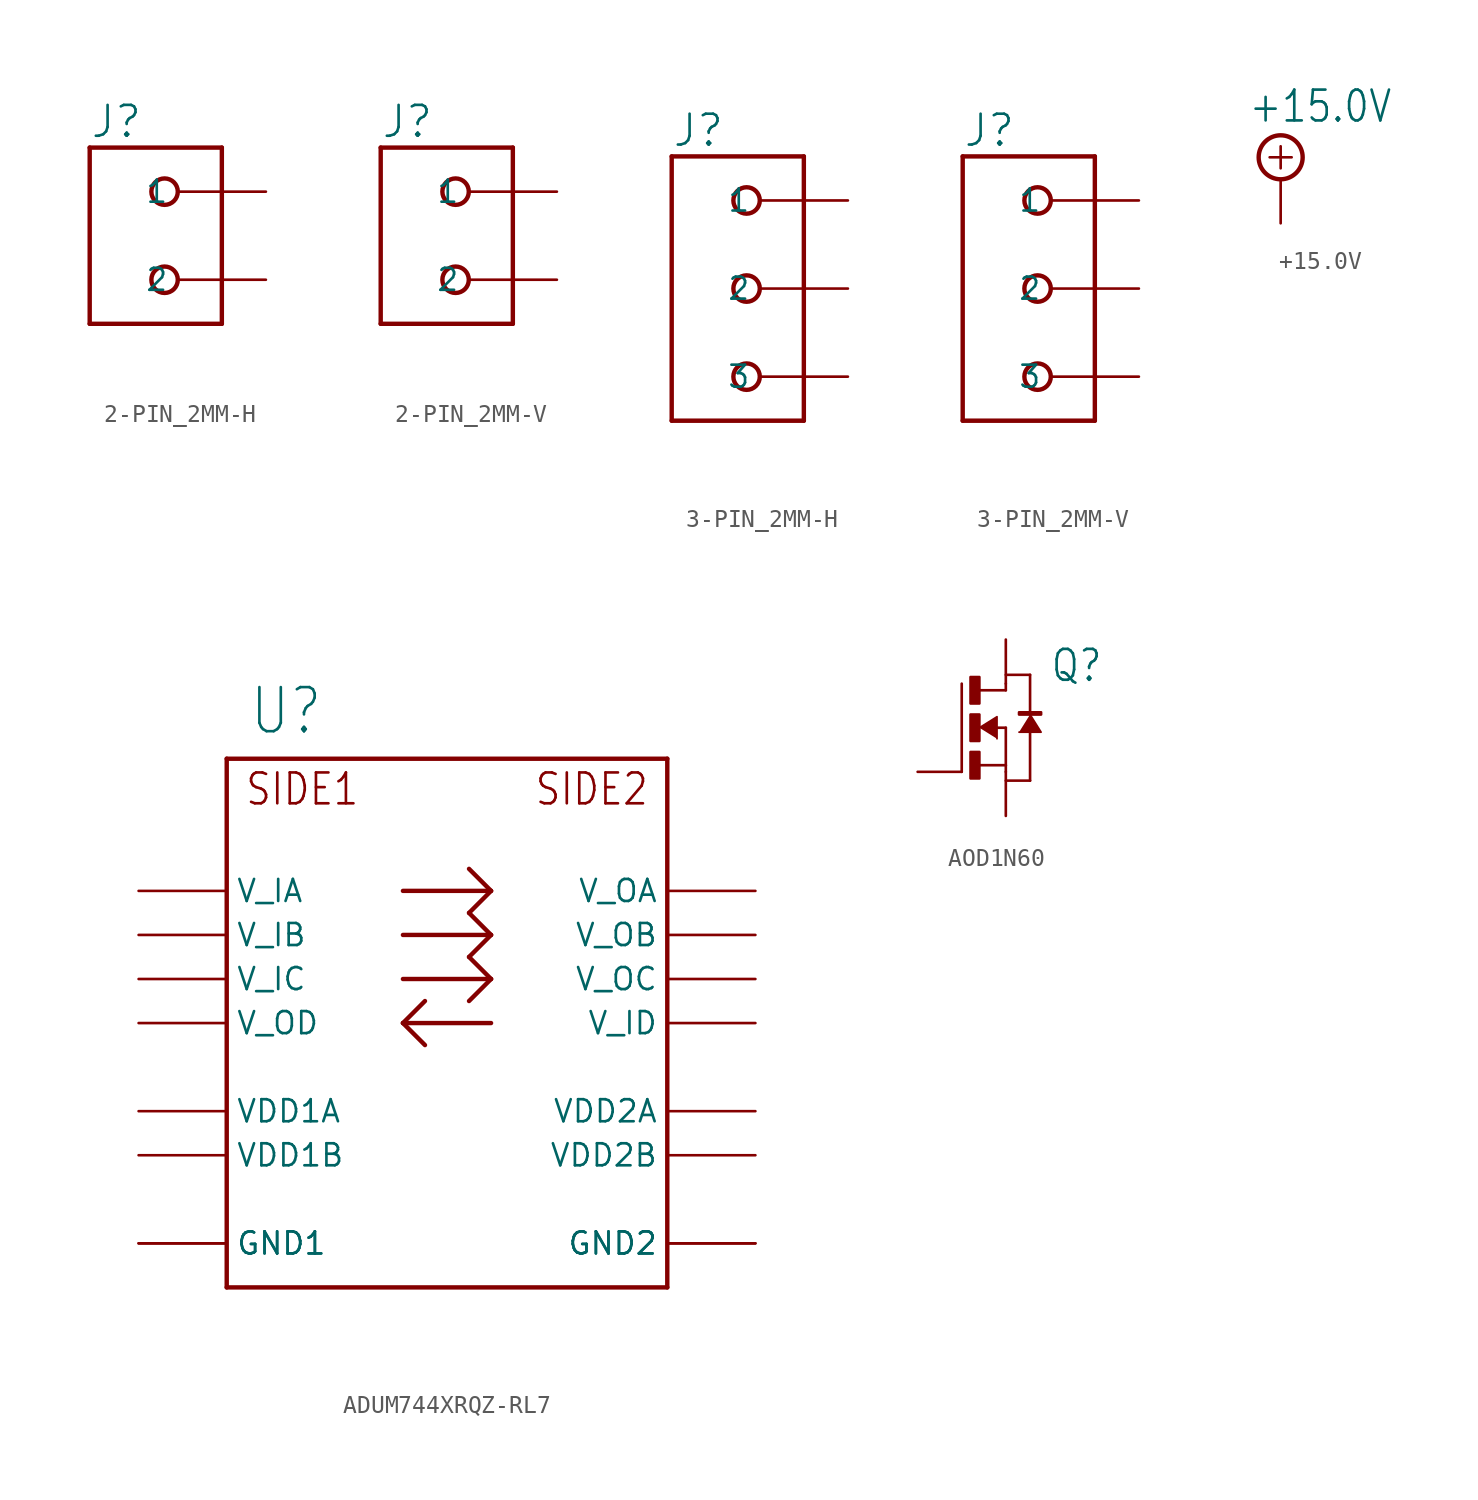
<source format=kicad_sym>
(kicad_symbol_lib
  (version 20220914)
  (generator kicad_symbol_editor)
  (symbol "2-PIN_2MM-H"
    (property "Reference" "J"
      (at -5.08 7.62 0)
      (effects (font (size 1.778 1.778)) (justify left top)))
    (property "Value" ""
      (at -5.08 -7.62 0)
      (effects (font (size 1.778 1.778)) (justify left bottom)))
    (property "ki_locked" ""
      (at 0 0 0)
      (effects (font (size 1.27 1.27))))
    (symbol "2-PIN_2MM-H_1_0"
      (circle (center -0.762 -2.54) (radius 0.762) (stroke (width 0.254) (type solid)) (fill (type none)))
      (circle (center -0.762 2.54) (radius 0.762) (stroke (width 0.254) (type solid)) (fill (type none)))
      (polyline (pts (xy -5.08 -5.08) (xy 2.54 -5.08)) (stroke (width 0.254) (type solid)) (fill (type none)))
      (polyline (pts (xy -5.08 5.08) (xy -5.08 -5.08)) (stroke (width 0.254) (type solid)) (fill (type none)))
      (polyline (pts (xy 2.54 -5.08) (xy 2.54 5.08)) (stroke (width 0.254) (type solid)) (fill (type none)))
      (polyline (pts (xy 2.54 5.08) (xy -5.08 5.08)) (stroke (width 0.254) (type solid)) (fill (type none)))
      (pin bidirectional line (at 5.08 2.54 180) (length 5.08) (name "1" (effects (font (size 1.27 1.27)))) (number "1" (effects (font (size 0 0)))))
      (pin bidirectional line (at 5.08 -2.54 180) (length 5.08) (name "2" (effects (font (size 1.27 1.27)))) (number "2" (effects (font (size 0 0)))))))
  (symbol "2-PIN_2MM-V"
    (property "Reference" "J"
      (at -5.08 7.62 0)
      (effects (font (size 1.778 1.778)) (justify left top)))
    (property "Value" ""
      (at -5.08 -7.62 0)
      (effects (font (size 1.778 1.778)) (justify left bottom)))
    (property "ki_locked" ""
      (at 0 0 0)
      (effects (font (size 1.27 1.27))))
    (symbol "2-PIN_2MM-V_1_0"
      (circle (center -0.762 -2.54) (radius 0.762) (stroke (width 0.254) (type solid)) (fill (type none)))
      (circle (center -0.762 2.54) (radius 0.762) (stroke (width 0.254) (type solid)) (fill (type none)))
      (polyline (pts (xy -5.08 -5.08) (xy 2.54 -5.08)) (stroke (width 0.254) (type solid)) (fill (type none)))
      (polyline (pts (xy -5.08 5.08) (xy -5.08 -5.08)) (stroke (width 0.254) (type solid)) (fill (type none)))
      (polyline (pts (xy 2.54 -5.08) (xy 2.54 5.08)) (stroke (width 0.254) (type solid)) (fill (type none)))
      (polyline (pts (xy 2.54 5.08) (xy -5.08 5.08)) (stroke (width 0.254) (type solid)) (fill (type none)))
      (pin bidirectional line (at 5.08 2.54 180) (length 5.08) (name "1" (effects (font (size 1.27 1.27)))) (number "1" (effects (font (size 0 0)))))
      (pin bidirectional line (at 5.08 -2.54 180) (length 5.08) (name "2" (effects (font (size 1.27 1.27)))) (number "2" (effects (font (size 0 0)))))))
  (symbol "3-PIN_2MM-H"
    (property "Reference" "J"
      (at -5.08 10.16 0)
      (effects (font (size 1.778 1.778)) (justify left top)))
    (property "Value" ""
      (at -5.08 -10.16 0)
      (effects (font (size 1.778 1.778)) (justify left bottom)))
    (property "ki_locked" ""
      (at 0 0 0)
      (effects (font (size 1.27 1.27))))
    (symbol "3-PIN_2MM-H_1_0"
      (circle (center -0.762 -5.08) (radius 0.762) (stroke (width 0.254) (type solid)) (fill (type none)))
      (circle (center -0.762 0) (radius 0.762) (stroke (width 0.254) (type solid)) (fill (type none)))
      (circle (center -0.762 5.08) (radius 0.762) (stroke (width 0.254) (type solid)) (fill (type none)))
      (polyline (pts (xy -5.08 -7.62) (xy 2.54 -7.62)) (stroke (width 0.254) (type solid)) (fill (type none)))
      (polyline (pts (xy -5.08 7.62) (xy -5.08 -7.62)) (stroke (width 0.254) (type solid)) (fill (type none)))
      (polyline (pts (xy 2.54 -7.62) (xy 2.54 7.62)) (stroke (width 0.254) (type solid)) (fill (type none)))
      (polyline (pts (xy 2.54 7.62) (xy -5.08 7.62)) (stroke (width 0.254) (type solid)) (fill (type none)))
      (pin bidirectional line (at 5.08 5.08 180) (length 5.08) (name "1" (effects (font (size 1.27 1.27)))) (number "1" (effects (font (size 0 0)))))
      (pin bidirectional line (at 5.08 0 180) (length 5.08) (name "2" (effects (font (size 1.27 1.27)))) (number "2" (effects (font (size 0 0)))))
      (pin bidirectional line (at 5.08 -5.08 180) (length 5.08) (name "3" (effects (font (size 1.27 1.27)))) (number "3" (effects (font (size 0 0)))))))
  (symbol "3-PIN_2MM-V"
    (property "Reference" "J"
      (at -5.08 10.16 0)
      (effects (font (size 1.778 1.778)) (justify left top)))
    (property "Value" ""
      (at -5.08 -10.16 0)
      (effects (font (size 1.778 1.778)) (justify left bottom)))
    (property "ki_locked" ""
      (at 0 0 0)
      (effects (font (size 1.27 1.27))))
    (symbol "3-PIN_2MM-V_1_0"
      (circle (center -0.762 -5.08) (radius 0.762) (stroke (width 0.254) (type solid)) (fill (type none)))
      (circle (center -0.762 0) (radius 0.762) (stroke (width 0.254) (type solid)) (fill (type none)))
      (circle (center -0.762 5.08) (radius 0.762) (stroke (width 0.254) (type solid)) (fill (type none)))
      (polyline (pts (xy -5.08 -7.62) (xy 2.54 -7.62)) (stroke (width 0.254) (type solid)) (fill (type none)))
      (polyline (pts (xy -5.08 7.62) (xy -5.08 -7.62)) (stroke (width 0.254) (type solid)) (fill (type none)))
      (polyline (pts (xy 2.54 -7.62) (xy 2.54 7.62)) (stroke (width 0.254) (type solid)) (fill (type none)))
      (polyline (pts (xy 2.54 7.62) (xy -5.08 7.62)) (stroke (width 0.254) (type solid)) (fill (type none)))
      (pin bidirectional line (at 5.08 5.08 180) (length 5.08) (name "1" (effects (font (size 1.27 1.27)))) (number "1" (effects (font (size 0 0)))))
      (pin bidirectional line (at 5.08 0 180) (length 5.08) (name "2" (effects (font (size 1.27 1.27)))) (number "2" (effects (font (size 0 0)))))
      (pin bidirectional line (at 5.08 -5.08 180) (length 5.08) (name "3" (effects (font (size 1.27 1.27)))) (number "3" (effects (font (size 0 0)))))))
  (symbol "+15.0V"
    (power)
    (property "Reference" "#SUPPLY"
      (at 0 0 0)
      (effects (font (size 1.27 1.27)) hide))
    (property "Value" "+15.0V"
      (at -1.905 3.175 0)
      (effects (font (size 1.778 1.511)) (justify left bottom)))
    (property "ki_locked" ""
      (at 0 0 0)
      (effects (font (size 1.27 1.27))))
    (symbol "+15.0V_1_0"
      (polyline (pts (xy -0.635 1.27) (xy 0.635 1.27)) (stroke (width 0.152) (type solid)) (fill (type none)))
      (polyline (pts (xy 0 0.635) (xy 0 1.905)) (stroke (width 0.152) (type solid)) (fill (type none)))
      (circle (center 0 1.27) (radius 1.27) (stroke (width 0.254) (type solid)) (fill (type none)))
      (pin power_in line (at 0 -2.54 90) (length 2.54) (name "+15.0V" (effects (font (size 0 0)))) (number "1" (effects (font (size 0 0)))))))
  (symbol "ADUM744XRQZ-RL7"
    (property "Reference" "U"
      (at -11.43 19.05 0)
      (effects (font (size 2.54 2.159)) (justify left bottom)))
    (property "Value" ""
      (at -11.43 -13.97 0)
      (effects (font (size 2.54 2.159)) (justify left top)))
    (property "ki_locked" ""
      (at 0 0 0)
      (effects (font (size 1.27 1.27))))
    (symbol "ADUM744XRQZ-RL7_1_0"
      (polyline (pts (xy -12.7 -12.7) (xy -12.7 17.78)) (stroke (width 0.254) (type solid)) (fill (type none)))
      (polyline (pts (xy -12.7 17.78) (xy 12.7 17.78)) (stroke (width 0.254) (type solid)) (fill (type none)))
      (polyline (pts (xy -2.54 2.54) (xy -1.27 1.27)) (stroke (width 0.254) (type solid)) (fill (type none)))
      (polyline (pts (xy -2.54 2.54) (xy 2.54 2.54)) (stroke (width 0.254) (type solid)) (fill (type none)))
      (polyline (pts (xy -2.54 5.08) (xy 2.54 5.08)) (stroke (width 0.254) (type solid)) (fill (type none)))
      (polyline (pts (xy -2.54 7.62) (xy 2.54 7.62)) (stroke (width 0.254) (type solid)) (fill (type none)))
      (polyline (pts (xy -2.54 10.16) (xy 2.54 10.16)) (stroke (width 0.254) (type solid)) (fill (type none)))
      (polyline (pts (xy -1.27 3.81) (xy -2.54 2.54)) (stroke (width 0.254) (type solid)) (fill (type none)))
      (polyline (pts (xy 1.27 6.35) (xy 2.54 5.08)) (stroke (width 0.254) (type solid)) (fill (type none)))
      (polyline (pts (xy 1.27 8.89) (xy 2.54 7.62)) (stroke (width 0.254) (type solid)) (fill (type none)))
      (polyline (pts (xy 1.27 11.43) (xy 2.54 10.16)) (stroke (width 0.254) (type solid)) (fill (type none)))
      (polyline (pts (xy 2.54 5.08) (xy 1.27 3.81)) (stroke (width 0.254) (type solid)) (fill (type none)))
      (polyline (pts (xy 2.54 7.62) (xy 1.27 6.35)) (stroke (width 0.254) (type solid)) (fill (type none)))
      (polyline (pts (xy 2.54 10.16) (xy 1.27 8.89)) (stroke (width 0.254) (type solid)) (fill (type none)))
      (polyline (pts (xy 12.7 -12.7) (xy -12.7 -12.7)) (stroke (width 0.254) (type solid)) (fill (type none)))
      (polyline (pts (xy 12.7 17.78) (xy 12.7 -12.7)) (stroke (width 0.254) (type solid)) (fill (type none)))
      (text "SIDE1" (at -11.684 14.986 0) (effects (font (size 1.778 1.511)) (justify left bottom)))
      (text "SIDE2" (at 11.684 14.986 0) (effects (font (size 1.778 1.511)) (justify right bottom)))
      (pin bidirectional line (at -17.78 -2.54 0) (length 5.08) (name "VDD1A" (effects (font (size 1.27 1.27)))) (number "1" (effects (font (size 0 0)))))
      (pin bidirectional line (at 17.78 -5.08 180) (length 5.08) (name "VDD2B" (effects (font (size 1.27 1.27)))) (number "10" (effects (font (size 0 0)))))
      (pin bidirectional line (at 17.78 2.54 180) (length 5.08) (name "V_ID" (effects (font (size 1.27 1.27)))) (number "11" (effects (font (size 0 0)))))
      (pin bidirectional line (at 17.78 5.08 180) (length 5.08) (name "V_OC" (effects (font (size 1.27 1.27)))) (number "12" (effects (font (size 0 0)))))
      (pin bidirectional line (at 17.78 7.62 180) (length 5.08) (name "V_OB" (effects (font (size 1.27 1.27)))) (number "13" (effects (font (size 0 0)))))
      (pin bidirectional line (at 17.78 10.16 180) (length 5.08) (name "V_OA" (effects (font (size 1.27 1.27)))) (number "14" (effects (font (size 0 0)))))
      (pin bidirectional line (at 17.78 -10.16 180) (length 5.08) (name "GND2" (effects (font (size 1.27 1.27)))) (number "15" (effects (font (size 0 0)))))
      (pin bidirectional line (at 17.78 -2.54 180) (length 5.08) (name "VDD2A" (effects (font (size 1.27 1.27)))) (number "16" (effects (font (size 0 0)))))
      (pin bidirectional line (at -17.78 -10.16 0) (length 5.08) (name "GND1" (effects (font (size 1.27 1.27)))) (number "2" (effects (font (size 0 0)))))
      (pin bidirectional line (at -17.78 10.16 0) (length 5.08) (name "V_IA" (effects (font (size 1.27 1.27)))) (number "3" (effects (font (size 0 0)))))
      (pin bidirectional line (at -17.78 7.62 0) (length 5.08) (name "V_IB" (effects (font (size 1.27 1.27)))) (number "4" (effects (font (size 0 0)))))
      (pin bidirectional line (at -17.78 5.08 0) (length 5.08) (name "V_IC" (effects (font (size 1.27 1.27)))) (number "5" (effects (font (size 0 0)))))
      (pin bidirectional line (at -17.78 2.54 0) (length 5.08) (name "V_OD" (effects (font (size 1.27 1.27)))) (number "6" (effects (font (size 0 0)))))
      (pin bidirectional line (at -17.78 -5.08 0) (length 5.08) (name "VDD1B" (effects (font (size 1.27 1.27)))) (number "7" (effects (font (size 0 0)))))
      (pin bidirectional line (at -17.78 -10.16 0) (length 5.08) (name "GND1" (effects (font (size 1.27 1.27)))) (number "8" (effects (font (size 0 0)))))
      (pin bidirectional line (at 17.78 -10.16 180) (length 5.08) (name "GND2" (effects (font (size 1.27 1.27)))) (number "9" (effects (font (size 0 0)))))))
  (symbol "AOD1N60"
    (property "Reference" "Q"
      (at 2.54 2.54 0)
      (effects (font (size 1.778 1.511)) (justify left bottom)))
    (property "Value" ""
      (at 2.54 0 0)
      (effects (font (size 1.778 1.511)) (justify left bottom)))
    (property "ki_locked" ""
      (at 0 0 0)
      (effects (font (size 1.27 1.27))))
    (symbol "AOD1N60_1_0"
      (rectangle (start -2.032 -2.921) (end -1.524 -1.397) (stroke (width 0) (type default)) (fill (type outline)))
      (rectangle (start -2.032 -0.762) (end -1.524 0.762) (stroke (width 0) (type default)) (fill (type outline)))
      (rectangle (start -2.032 1.397) (end -1.524 2.921) (stroke (width 0) (type default)) (fill (type outline)))
      (polyline (pts (xy -2.54 -2.54) (xy -2.54 2.54)) (stroke (width 0.152) (type solid)) (fill (type none)))
      (polyline (pts (xy -1.524 -2.159) (xy 0 -2.159)) (stroke (width 0.152) (type solid)) (fill (type none)))
      (polyline (pts (xy -1.524 2.159) (xy 0 2.159)) (stroke (width 0.152) (type solid)) (fill (type none)))
      (polyline (pts (xy -0.508 0) (xy 0 0)) (stroke (width 0.152) (type solid)) (fill (type none)))
      (polyline (pts (xy 0 -2.159) (xy 0 -2.54)) (stroke (width 0.152) (type solid)) (fill (type none)))
      (polyline (pts (xy 0 0) (xy 0 -2.159)) (stroke (width 0.152) (type solid)) (fill (type none)))
      (polyline (pts (xy 0 2.159) (xy 0 2.54)) (stroke (width 0.152) (type solid)) (fill (type none)))
      (polyline (pts (xy 0 3.048) (xy 1.397 3.048)) (stroke (width 0.152) (type solid)) (fill (type none)))
      (polyline (pts (xy 1.397 -3.048) (xy 0 -3.048)) (stroke (width 0.152) (type solid)) (fill (type none)))
      (polyline (pts (xy 1.397 -0.254) (xy 1.397 -3.048)) (stroke (width 0.152) (type solid)) (fill (type none)))
      (polyline (pts (xy 1.397 3.048) (xy 1.397 0.762)) (stroke (width 0.152) (type solid)) (fill (type none)))
      (polyline (pts (xy -1.524 0) (xy -0.508 0.635) (xy -0.508 -0.635)) (stroke (width 0.102) (type solid)) (fill (type outline)))
      (polyline (pts (xy 1.397 0.762) (xy 2.032 -0.254) (xy 0.762 -0.254)) (stroke (width 0.102) (type solid)) (fill (type outline)))
      (rectangle (start 0.762 0.762) (end 2.032 0.889) (stroke (width 0) (type default)) (fill (type outline)))
      (pin passive line (at -5.08 -2.54 0) (length 2.54) (name "G" (effects (font (size 0 0)))) (number "1" (effects (font (size 0 0)))))
      (pin passive line (at 0 -5.08 90) (length 2.54) (name "S" (effects (font (size 0 0)))) (number "3" (effects (font (size 0 0)))))
      (pin passive line (at 0 5.08 270) (length 2.54) (name "D" (effects (font (size 0 0)))) (number "FIN" (effects (font (size 0 0))))))))
</source>
